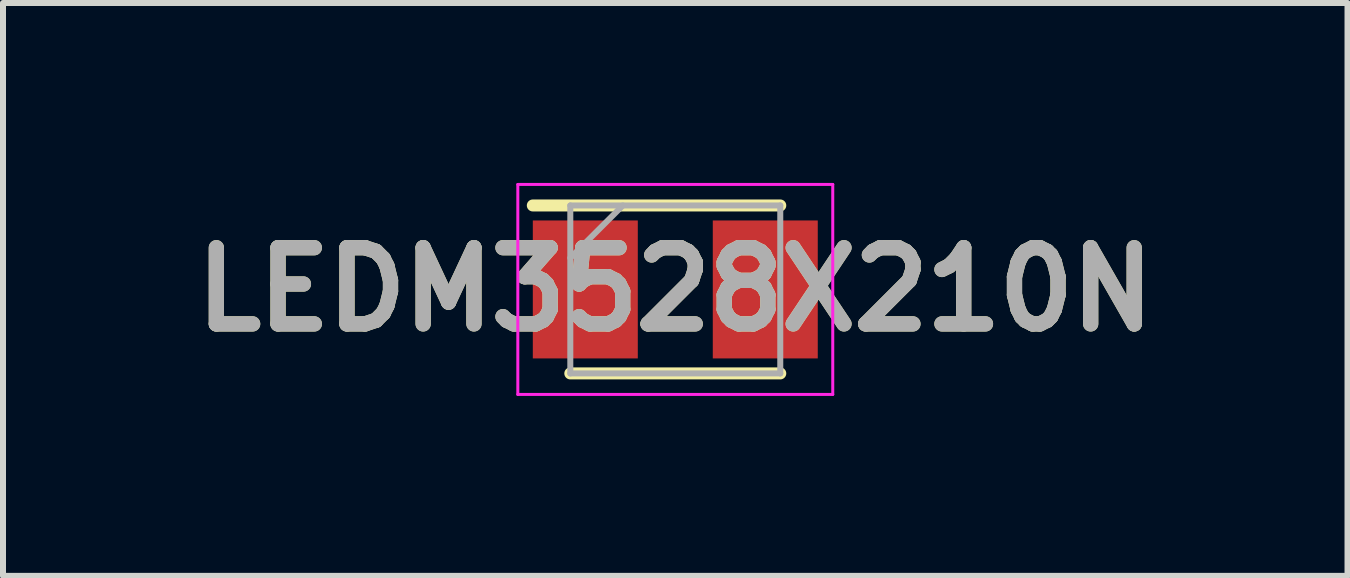
<source format=kicad_pcb>
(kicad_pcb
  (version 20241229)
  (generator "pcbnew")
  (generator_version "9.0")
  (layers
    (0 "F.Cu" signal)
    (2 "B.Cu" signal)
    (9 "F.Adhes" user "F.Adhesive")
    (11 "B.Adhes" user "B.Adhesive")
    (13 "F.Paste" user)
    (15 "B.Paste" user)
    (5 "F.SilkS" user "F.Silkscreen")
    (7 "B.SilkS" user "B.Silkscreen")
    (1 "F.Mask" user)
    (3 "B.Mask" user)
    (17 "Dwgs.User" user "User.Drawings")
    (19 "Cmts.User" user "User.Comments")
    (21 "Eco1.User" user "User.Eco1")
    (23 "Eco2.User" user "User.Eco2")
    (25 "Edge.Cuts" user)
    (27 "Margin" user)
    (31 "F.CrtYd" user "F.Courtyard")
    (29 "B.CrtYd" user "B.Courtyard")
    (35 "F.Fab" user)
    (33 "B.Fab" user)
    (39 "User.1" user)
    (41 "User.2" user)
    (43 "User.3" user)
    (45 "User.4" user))
  (footprint "LEDM3528X210N"
    (layer "F.Cu")
    (at 8.207 1.775)
    (property "Reference" "LEDM3528X210N" (at 0 0 0) (layer "F.SilkS") (effects (font (size 1.27 1.27) (thickness 0.254))))
    (attr smd)
    (fp_line (start -1.75 1.4) (end 1.75 1.4) (stroke (width 0.2) (type solid)) (layer "F.SilkS"))
    (fp_line (start 1.75 -1.4) (end -2.375 -1.4) (stroke (width 0.2) (type solid)) (layer "F.SilkS"))
    (fp_line (start -2.625 -1.75) (end 2.625 -1.75) (stroke (width 0.05) (type solid)) (layer "F.CrtYd"))
    (fp_line (start -2.625 1.75) (end -2.625 -1.75) (stroke (width 0.05) (type solid)) (layer "F.CrtYd"))
    (fp_line (start 2.625 -1.75) (end 2.625 1.75) (stroke (width 0.05) (type solid)) (layer "F.CrtYd"))
    (fp_line (start 2.625 1.75) (end -2.625 1.75) (stroke (width 0.05) (type solid)) (layer "F.CrtYd"))
    (fp_line (start -1.75 -1.4) (end 1.75 -1.4) (stroke (width 0.1) (type solid)) (layer "F.Fab"))
    (fp_line (start -1.75 -0.525) (end -0.875 -1.4) (stroke (width 0.1) (type solid)) (layer "F.Fab"))
    (fp_line (start -1.75 1.4) (end -1.75 -1.4) (stroke (width 0.1) (type solid)) (layer "F.Fab"))
    (fp_line (start 1.75 -1.4) (end 1.75 1.4) (stroke (width 0.1) (type solid)) (layer "F.Fab"))
    (fp_line (start 1.75 1.4) (end -1.75 1.4) (stroke (width 0.1) (type solid)) (layer "F.Fab"))
    (fp_text user "${REFERENCE}" (at 0 0 0) (layer "F.Fab") (effects (font (size 1.27 1.27) (thickness 0.254))))
    (pad "1" smd rect (at -1.5 0) (size 1.75 2.3) (layers "F.Cu" "F.Mask" "F.Paste"))
    (pad "2" smd rect (at 1.5 0) (size 1.75 2.3) (layers "F.Cu" "F.Mask" "F.Paste")))
  (gr_rect
    (start -3 -3)
    (end 19.413 6.55)
    (stroke (width 0.1) (type default))
    (fill no)
    (layer "Edge.Cuts")))
</source>
